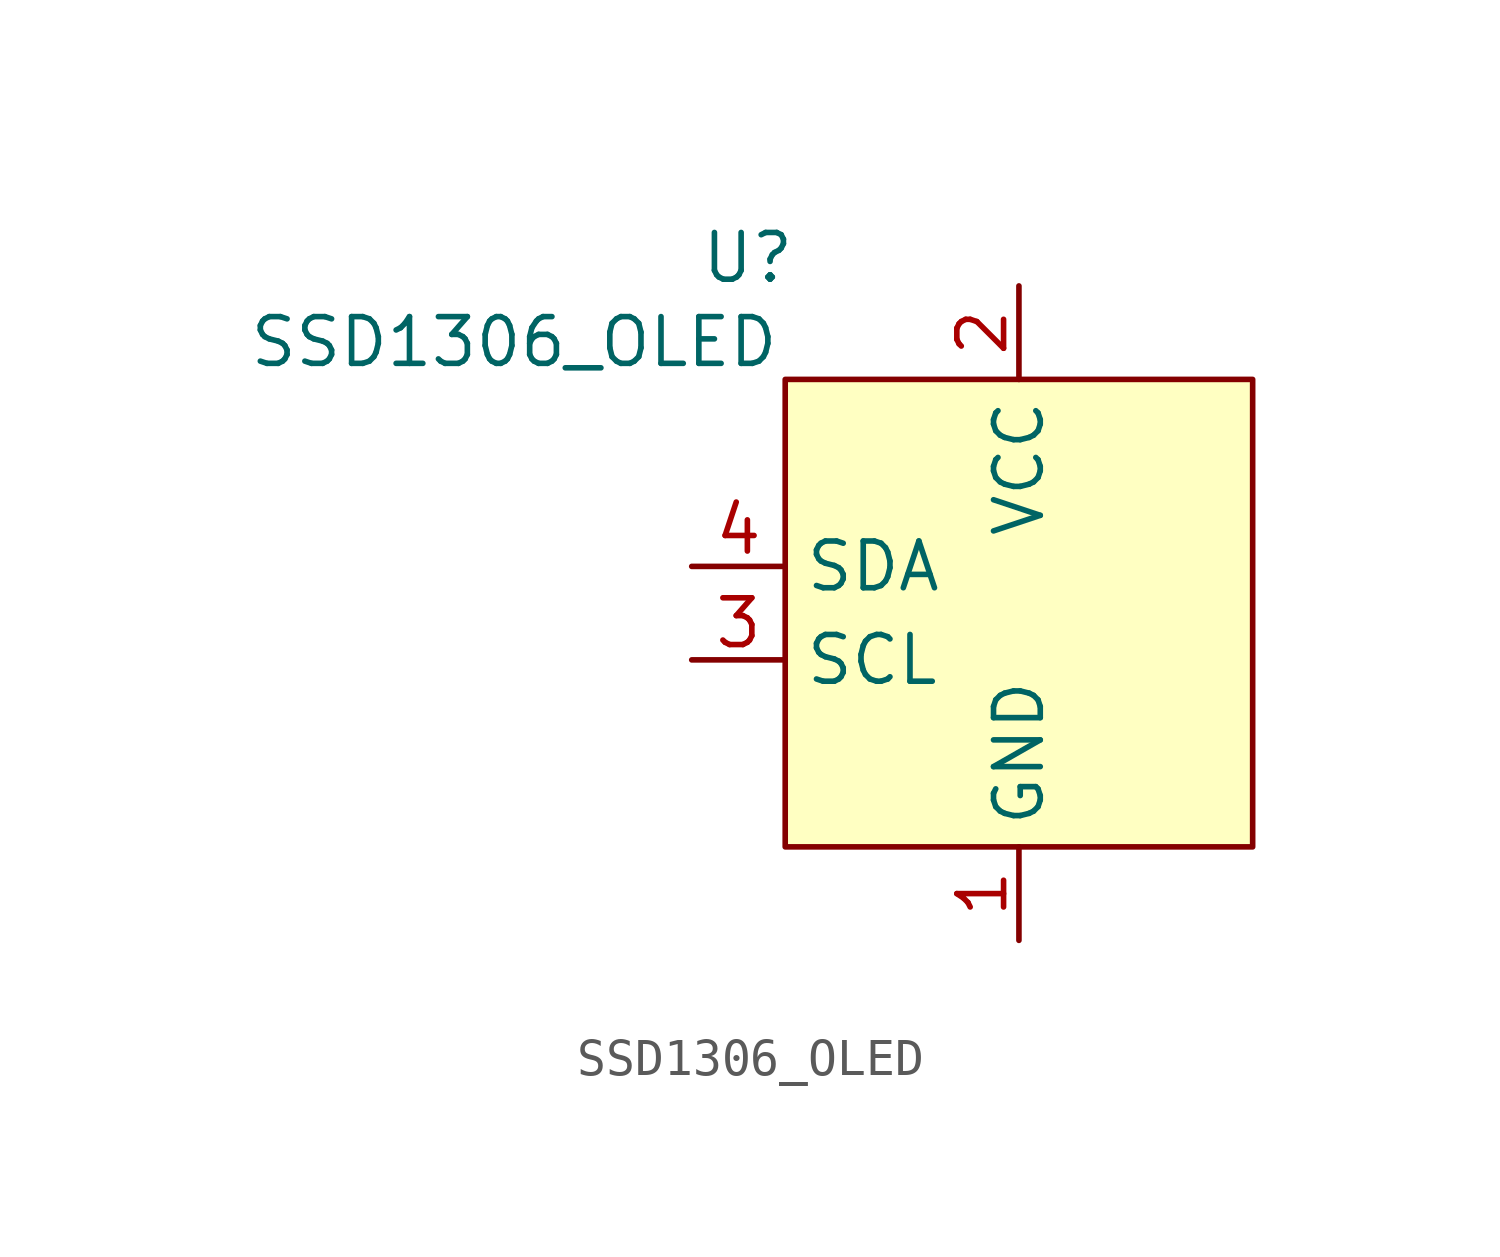
<source format=kicad_sym>
(kicad_symbol_lib
  (version 20241209)
  (generator "kicad_symbol_editor")
  (generator_version "9.0")
  (symbol "SSD1306_OLED"
    (property "Reference" "U"
      (at -7.366 3.302 0)
      (effects (font (size 1.27 1.27))))
    (property "Value" "SSD1306_OLED"
      (at -13.716 1.016 0)
      (effects (font (size 1.27 1.27))))
    (symbol "SSD1306_OLED_0_0"
      (pin bidirectional line (at -8.89 -5.08 0) (length 2.54) (name "SDA" (effects (font (size 1.27 1.27)))) (number "4" (effects (font (size 1.27 1.27)))))
      (pin input line (at -8.89 -7.62 0) (length 2.54) (name "SCL" (effects (font (size 1.27 1.27)))) (number "3" (effects (font (size 1.27 1.27)))))
      (pin power_in line (at 0 2.54 270) (length 2.54) (name "VCC" (effects (font (size 1.27 1.27)))) (number "2" (effects (font (size 1.27 1.27)))))
      (pin power_in line (at 0 -15.24 90) (length 2.54) (name "GND" (effects (font (size 1.27 1.27)))) (number "1" (effects (font (size 1.27 1.27))))))
    (symbol "SSD1306_OLED_1_1"
      (rectangle (start -6.35 0) (end 6.35 -12.7) (stroke (width 0) (type solid)) (fill (type background))))))
</source>
